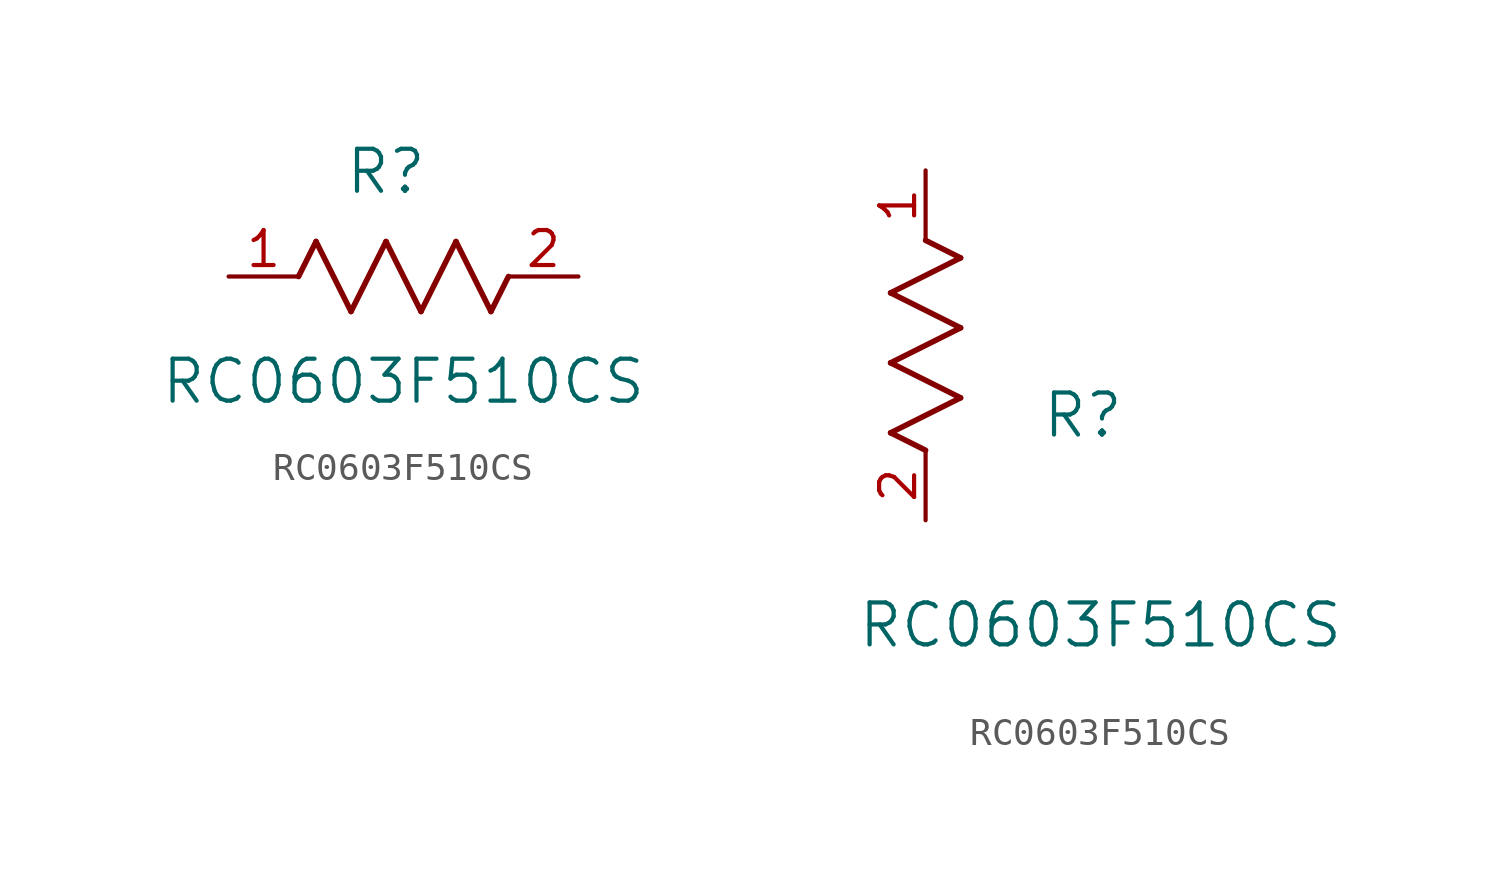
<source format=kicad_sym>
(kicad_symbol_lib
  (version 20211014)
  (generator kicad_symbol_editor)
  (symbol "RC0603F510CS"
    (pin_names
      (offset 0.254))
    (property "Reference" "R"
      (at 5.715 3.81 0)
      (effects (font (size 1.524 1.524))))
    (property "Value" "RC0603F510CS"
      (at 6.35 -3.81 0)
      (effects (font (size 1.524 1.524))))
    (symbol "RC0603F510CS_1_1"
      (polyline (pts (xy 3.175 1.27) (xy 4.445 -1.27)) (stroke (width 0.203) (type default) (color 0 0 0 0)) (fill (type none)))
      (polyline (pts (xy 4.445 -1.27) (xy 5.715 1.27)) (stroke (width 0.203) (type default) (color 0 0 0 0)) (fill (type none)))
      (polyline (pts (xy 5.715 1.27) (xy 6.985 -1.27)) (stroke (width 0.203) (type default) (color 0 0 0 0)) (fill (type none)))
      (polyline (pts (xy 6.985 -1.27) (xy 8.255 1.27)) (stroke (width 0.203) (type default) (color 0 0 0 0)) (fill (type none)))
      (polyline (pts (xy 8.255 1.27) (xy 9.525 -1.27)) (stroke (width 0.203) (type default) (color 0 0 0 0)) (fill (type none)))
      (polyline (pts (xy 2.54 0) (xy 3.175 1.27)) (stroke (width 0.203) (type default) (color 0 0 0 0)) (fill (type none)))
      (polyline (pts (xy 9.525 -1.27) (xy 10.16 0)) (stroke (width 0.203) (type default) (color 0 0 0 0)) (fill (type none)))
      (pin unspecified line (at 0 0 0) (length 2.54) (name "" (effects (font (size 1.27 1.27)))) (number "1" (effects (font (size 1.27 1.27)))))
      (pin unspecified line (at 12.7 0 180) (length 2.54) (name "" (effects (font (size 1.27 1.27)))) (number "2" (effects (font (size 1.27 1.27))))))
    (symbol "RC0603F510CS_1_2"
      (polyline (pts (xy 0 2.54) (xy -1.27 3.175)) (stroke (width 0.203) (type default) (color 0 0 0 0)) (fill (type none)))
      (polyline (pts (xy -1.27 3.175) (xy 1.27 4.445)) (stroke (width 0.203) (type default) (color 0 0 0 0)) (fill (type none)))
      (polyline (pts (xy 1.27 4.445) (xy -1.27 5.715)) (stroke (width 0.203) (type default) (color 0 0 0 0)) (fill (type none)))
      (polyline (pts (xy -1.27 5.715) (xy 1.27 6.985)) (stroke (width 0.203) (type default) (color 0 0 0 0)) (fill (type none)))
      (polyline (pts (xy -1.27 8.255) (xy 1.27 9.525)) (stroke (width 0.203) (type default) (color 0 0 0 0)) (fill (type none)))
      (polyline (pts (xy 1.27 9.525) (xy 0 10.16)) (stroke (width 0.203) (type default) (color 0 0 0 0)) (fill (type none)))
      (polyline (pts (xy 1.27 6.985) (xy -1.27 8.255)) (stroke (width 0.203) (type default) (color 0 0 0 0)) (fill (type none)))
      (pin unspecified line (at 0 12.7 270) (length 2.54) (name "" (effects (font (size 1.27 1.27)))) (number "1" (effects (font (size 1.27 1.27)))))
      (pin unspecified line (at 0 0 90) (length 2.54) (name "" (effects (font (size 1.27 1.27)))) (number "2" (effects (font (size 1.27 1.27))))))))
</source>
